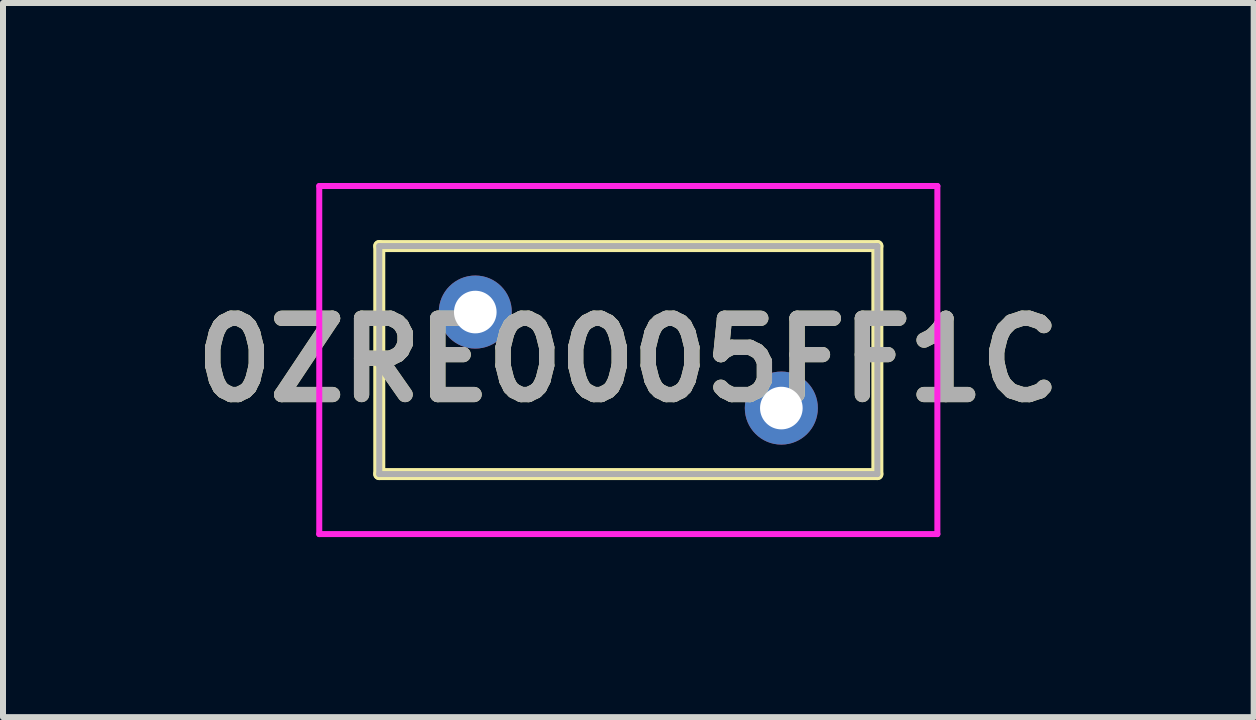
<source format=kicad_pcb>
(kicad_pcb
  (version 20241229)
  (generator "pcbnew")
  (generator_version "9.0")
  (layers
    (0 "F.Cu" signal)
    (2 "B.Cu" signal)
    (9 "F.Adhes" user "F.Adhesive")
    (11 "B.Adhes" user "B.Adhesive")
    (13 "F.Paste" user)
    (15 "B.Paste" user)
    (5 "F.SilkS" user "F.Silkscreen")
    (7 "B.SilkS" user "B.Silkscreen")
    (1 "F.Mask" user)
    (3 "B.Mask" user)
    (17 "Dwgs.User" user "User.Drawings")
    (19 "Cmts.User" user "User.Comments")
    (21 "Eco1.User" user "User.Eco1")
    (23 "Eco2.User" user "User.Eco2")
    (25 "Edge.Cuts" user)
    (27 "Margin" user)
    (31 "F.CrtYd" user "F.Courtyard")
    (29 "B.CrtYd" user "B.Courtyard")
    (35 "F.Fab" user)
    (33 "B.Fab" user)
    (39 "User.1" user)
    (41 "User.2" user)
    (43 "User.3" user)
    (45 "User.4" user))
  (footprint "0ZRE0005FF1C"
    (layer "F.Cu")
    (at 4.87 2.15)
    (property "Reference" "0ZRE0005FF1C" (at 2.55 0.8 0) (layer "F.SilkS") (effects (font (size 1.27 1.27) (thickness 0.254))))
    (attr through_hole)
    (fp_line (start -1.6 -1.1) (end 6.7 -1.1) (stroke (width 0.2) (type solid)) (layer "F.SilkS"))
    (fp_line (start -1.6 2.7) (end -1.6 -1.1) (stroke (width 0.2) (type solid)) (layer "F.SilkS"))
    (fp_line (start 6.7 -1.1) (end 6.7 2.7) (stroke (width 0.2) (type solid)) (layer "F.SilkS"))
    (fp_line (start 6.7 2.7) (end -1.6 2.7) (stroke (width 0.2) (type solid)) (layer "F.SilkS"))
    (fp_line (start -2.6 -2.1) (end 7.7 -2.1) (stroke (width 0.1) (type solid)) (layer "F.CrtYd"))
    (fp_line (start -2.6 3.7) (end -2.6 -2.1) (stroke (width 0.1) (type solid)) (layer "F.CrtYd"))
    (fp_line (start 7.7 -2.1) (end 7.7 3.7) (stroke (width 0.1) (type solid)) (layer "F.CrtYd"))
    (fp_line (start 7.7 3.7) (end -2.6 3.7) (stroke (width 0.1) (type solid)) (layer "F.CrtYd"))
    (fp_line (start -1.6 -1.1) (end 6.7 -1.1) (stroke (width 0.1) (type solid)) (layer "F.Fab"))
    (fp_line (start -1.6 2.7) (end -1.6 -1.1) (stroke (width 0.1) (type solid)) (layer "F.Fab"))
    (fp_line (start 6.7 -1.1) (end 6.7 2.7) (stroke (width 0.1) (type solid)) (layer "F.Fab"))
    (fp_line (start 6.7 2.7) (end -1.6 2.7) (stroke (width 0.1) (type solid)) (layer "F.Fab"))
    (fp_text user "${REFERENCE}" (at 2.55 0.8 0) (layer "F.Fab") (effects (font (size 1.27 1.27) (thickness 0.254))))
    (pad "1" thru_hole circle (at 0 0) (size 1.217 1.217) (drill 0.71) (layers "*.Cu" "*.Mask"))
    (pad "2" thru_hole circle (at 5.1 1.6) (size 1.217 1.217) (drill 0.71) (layers "*.Cu" "*.Mask")))
  (gr_rect
    (start -3 -3)
    (end 17.841 8.9)
    (stroke (width 0.1) (type default))
    (fill no)
    (layer "Edge.Cuts")))
</source>
